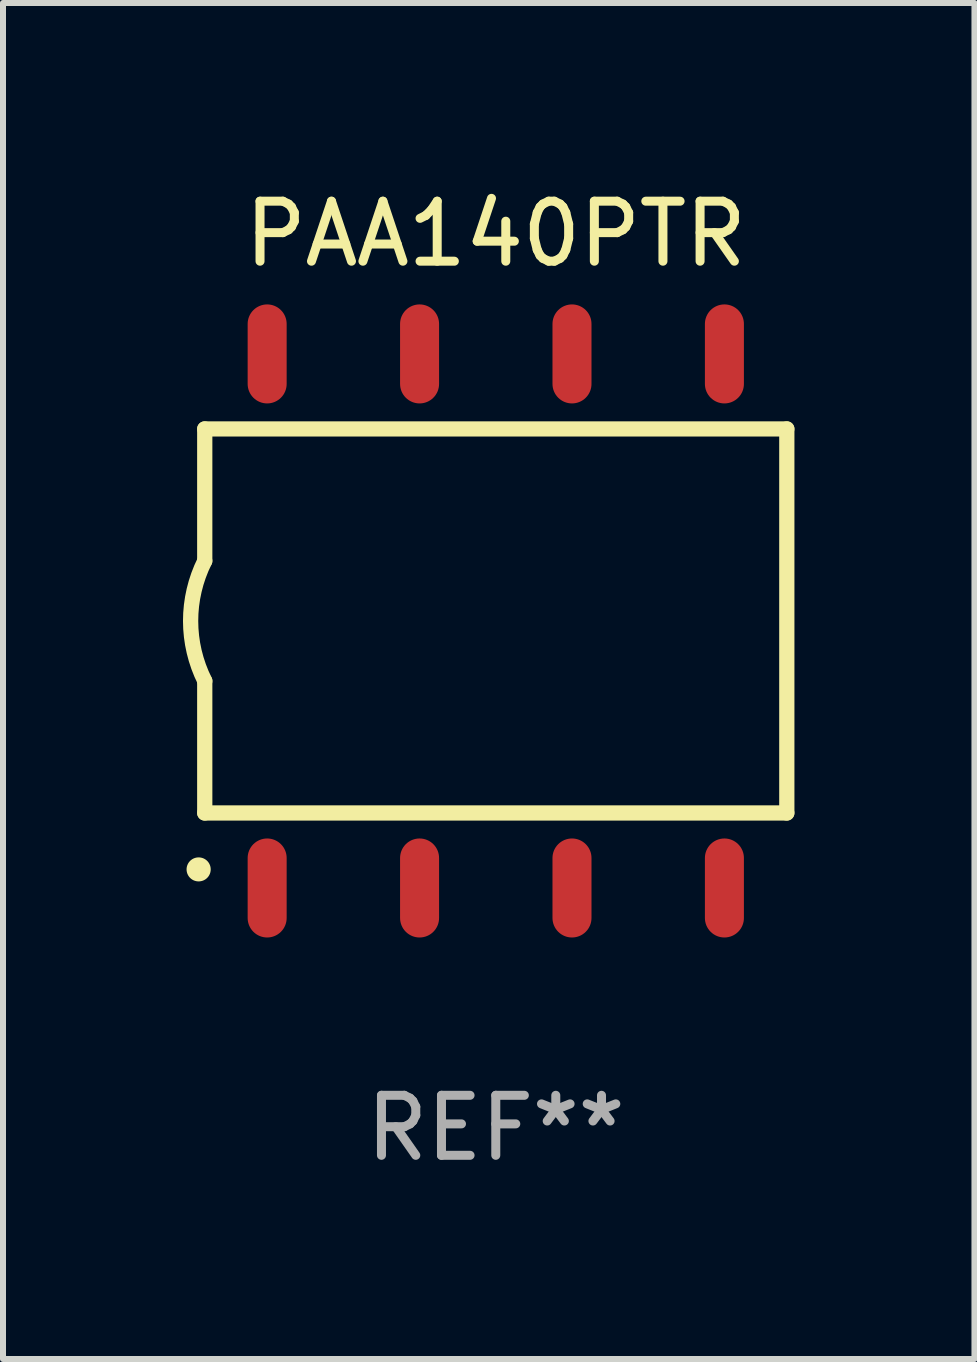
<source format=kicad_pcb>
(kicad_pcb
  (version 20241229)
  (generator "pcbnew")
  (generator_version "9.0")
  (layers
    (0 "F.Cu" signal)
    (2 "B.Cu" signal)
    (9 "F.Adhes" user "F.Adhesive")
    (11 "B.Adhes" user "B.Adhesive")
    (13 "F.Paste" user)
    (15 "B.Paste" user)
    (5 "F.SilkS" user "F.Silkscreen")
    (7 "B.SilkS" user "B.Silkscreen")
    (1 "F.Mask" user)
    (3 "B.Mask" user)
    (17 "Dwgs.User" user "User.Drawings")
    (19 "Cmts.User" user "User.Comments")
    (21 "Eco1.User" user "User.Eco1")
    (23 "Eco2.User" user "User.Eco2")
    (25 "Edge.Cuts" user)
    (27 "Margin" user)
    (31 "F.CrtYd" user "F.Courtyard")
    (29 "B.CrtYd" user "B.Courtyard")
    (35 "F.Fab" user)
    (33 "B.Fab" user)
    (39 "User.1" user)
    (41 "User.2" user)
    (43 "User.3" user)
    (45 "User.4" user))
  (footprint "PAA140PTR"
    (layer "F.Cu")
    (at 5.212 7.298)
    (property "Reference" "PAA140PTR" (at 0 -6.45 0) (layer "F.SilkS") (effects (font (size 1 1) (thickness 0.15))))
    (attr through_hole)
    (fp_line (start -4.85 -3.2) (end -4.85 -1) (stroke (width 0.254) (type solid)) (layer "F.SilkS"))
    (fp_line (start -4.85 -3.2) (end 4.85 -3.2) (stroke (width 0.254) (type solid)) (layer "F.SilkS"))
    (fp_line (start -4.85 3.2) (end -4.85 1) (stroke (width 0.254) (type solid)) (layer "F.SilkS"))
    (fp_line (start 4.85 -3.2) (end 4.85 3.2) (stroke (width 0.254) (type solid)) (layer "F.SilkS"))
    (fp_line (start 4.85 3.2) (end -4.85 3.2) (stroke (width 0.254) (type solid)) (layer "F.SilkS"))
    (fp_arc (start -4.95301 4.140208) (mid -4.95174 4.140204) (end -4.95047 4.140208) (stroke (width 0.4) (type solid)) (layer "F.SilkS"))
    (fp_arc (start -4.84887 1.000762) (mid -5.085418 0.000516) (end -4.850013 -1) (stroke (width 0.254001) (type solid)) (layer "F.SilkS"))
    (fp_text user "REF**" (at 0 8.45 0) (layer "F.Fab") (effects (font (size 1 1) (thickness 0.15))))
    (pad "1" smd oval (at -3.81 4.45) (size 0.65 1.65) (layers "F.Cu" "F.Mask" "F.Paste"))
    (pad "2" smd oval (at -1.27 4.45) (size 0.65 1.65) (layers "F.Cu" "F.Mask" "F.Paste"))
    (pad "3" smd oval (at 1.27 4.45) (size 0.65 1.65) (layers "F.Cu" "F.Mask" "F.Paste"))
    (pad "4" smd oval (at 3.81 4.45) (size 0.65 1.65) (layers "F.Cu" "F.Mask" "F.Paste"))
    (pad "5" smd oval (at 3.81 -4.45 180) (size 0.65 1.65) (layers "F.Cu" "F.Mask" "F.Paste"))
    (pad "6" smd oval (at 1.27 -4.45 180) (size 0.65 1.65) (layers "F.Cu" "F.Mask" "F.Paste"))
    (pad "7" smd oval (at -1.27 -4.45 180) (size 0.65 1.65) (layers "F.Cu" "F.Mask" "F.Paste"))
    (pad "8" smd oval (at -3.81 -4.45 180) (size 0.65 1.65) (layers "F.Cu" "F.Mask" "F.Paste")))
  (gr_rect
    (start -3 -3)
    (end 13.189 19.597)
    (stroke (width 0.1) (type default))
    (fill no)
    (layer "Edge.Cuts")))
</source>
